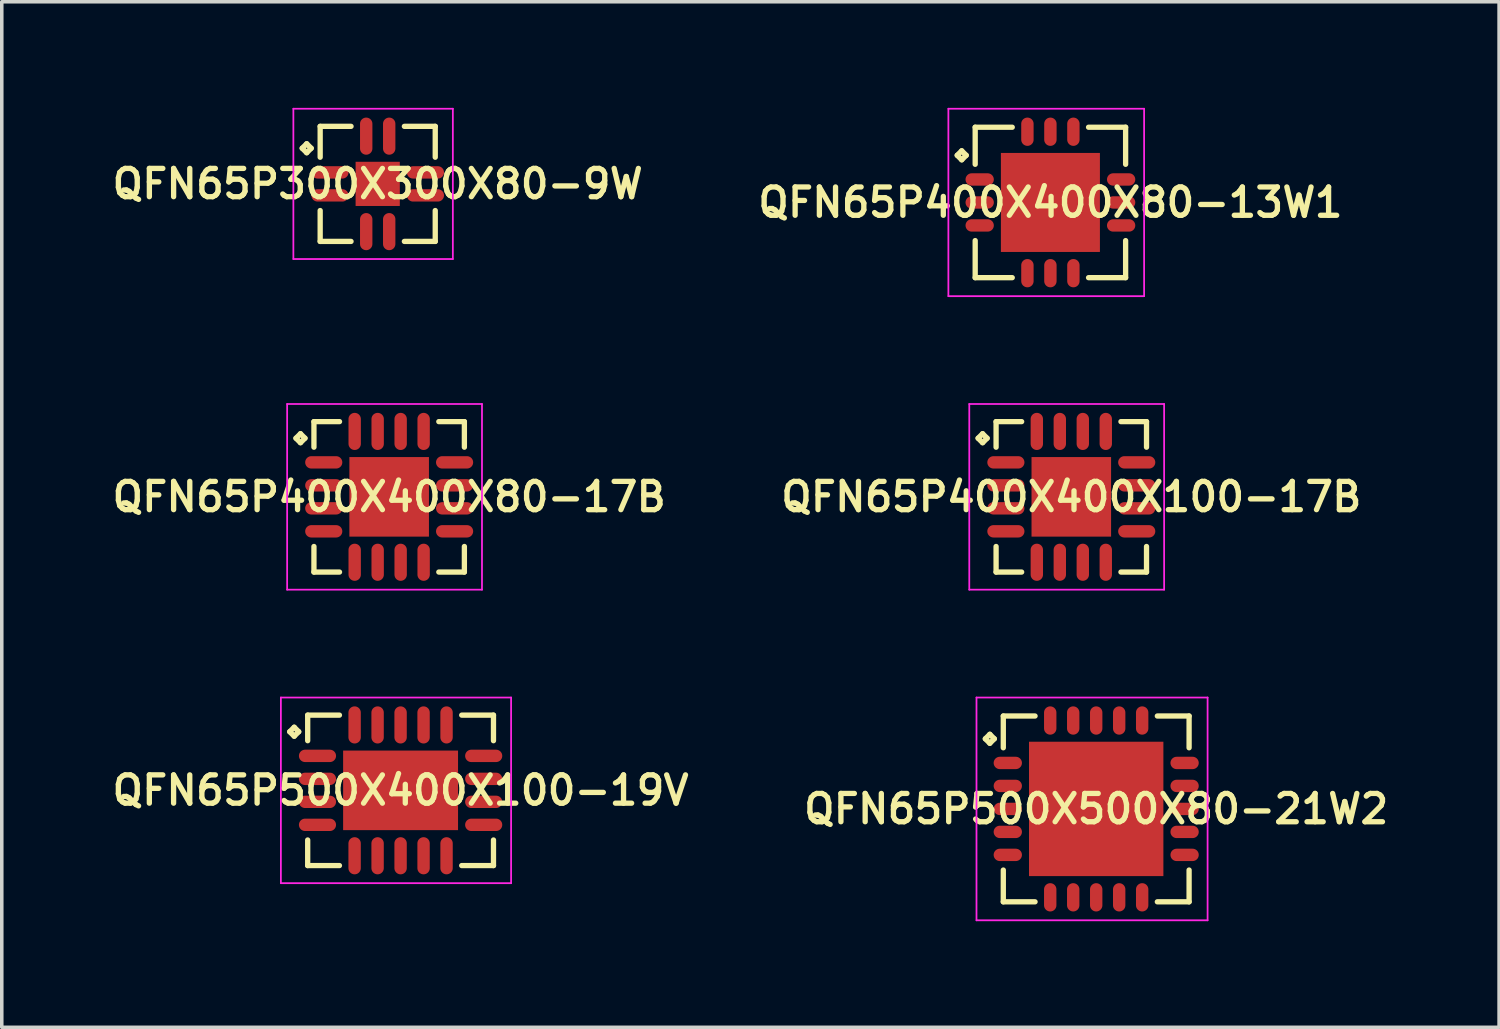
<source format=kicad_pcb>
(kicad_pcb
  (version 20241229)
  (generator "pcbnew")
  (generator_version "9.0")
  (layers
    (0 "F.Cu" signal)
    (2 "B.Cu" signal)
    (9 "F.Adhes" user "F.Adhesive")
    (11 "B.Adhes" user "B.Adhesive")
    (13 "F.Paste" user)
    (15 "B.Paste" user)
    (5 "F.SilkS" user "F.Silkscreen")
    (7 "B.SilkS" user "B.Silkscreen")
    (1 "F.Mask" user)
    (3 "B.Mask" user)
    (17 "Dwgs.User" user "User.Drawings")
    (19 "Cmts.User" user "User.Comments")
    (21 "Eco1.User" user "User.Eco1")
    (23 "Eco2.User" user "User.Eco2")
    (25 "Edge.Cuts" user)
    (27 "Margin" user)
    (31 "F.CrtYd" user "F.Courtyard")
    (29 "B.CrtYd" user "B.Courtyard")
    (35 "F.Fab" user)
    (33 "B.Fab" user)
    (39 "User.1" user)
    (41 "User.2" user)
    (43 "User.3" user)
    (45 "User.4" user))
  (footprint "QFN65P400X400X80-13W1"
    (layer "F.Cu")
    (at 26.654 2.675)
    (property "Reference" "QFN65P400X400X80-13W1" (at 0 0 0) (layer "F.SilkS") (effects (font (size 0.8 0.8) (thickness 0.15))))
    (attr smd)
    (fp_line (start -2.635 -1.333) (end -2.508 -1.46) (stroke (width 0.15) (type solid)) (layer "F.SilkS"))
    (fp_line (start -2.508 -1.46) (end -2.381 -1.333) (stroke (width 0.15) (type solid)) (layer "F.SilkS"))
    (fp_line (start -2.508 -1.206) (end -2.635 -1.333) (stroke (width 0.15) (type solid)) (layer "F.SilkS"))
    (fp_line (start -2.381 -1.333) (end -2.508 -1.206) (stroke (width 0.15) (type solid)) (layer "F.SilkS"))
    (fp_line (start -2.127 -2.127) (end -1.079 -2.127) (stroke (width 0.15) (type solid)) (layer "F.SilkS"))
    (fp_line (start -2.127 -1.079) (end -2.127 -2.127) (stroke (width 0.15) (type solid)) (layer "F.SilkS"))
    (fp_line (start -2.127 1.079) (end -2.127 2.127) (stroke (width 0.15) (type solid)) (layer "F.SilkS"))
    (fp_line (start -2.127 2.127) (end -1.079 2.127) (stroke (width 0.15) (type solid)) (layer "F.SilkS"))
    (fp_line (start 1.079 -2.127) (end 2.127 -2.127) (stroke (width 0.15) (type solid)) (layer "F.SilkS"))
    (fp_line (start 1.079 2.127) (end 2.127 2.127) (stroke (width 0.15) (type solid)) (layer "F.SilkS"))
    (fp_line (start 2.127 -2.127) (end 2.127 -1.079) (stroke (width 0.15) (type solid)) (layer "F.SilkS"))
    (fp_line (start 2.127 2.127) (end 2.127 1.079) (stroke (width 0.15) (type solid)) (layer "F.SilkS"))
    (fp_line (start -2.885 -2.65) (end 2.65 -2.65) (stroke (width 0.05) (type solid)) (layer "F.CrtYd"))
    (fp_line (start -2.885 2.65) (end -2.885 -2.65) (stroke (width 0.05) (type solid)) (layer "F.CrtYd"))
    (fp_line (start 2.65 -2.65) (end 2.65 2.65) (stroke (width 0.05) (type solid)) (layer "F.CrtYd"))
    (fp_line (start 2.65 2.65) (end -2.885 2.65) (stroke (width 0.05) (type solid)) (layer "F.CrtYd"))
    (pad "1" smd oval (at -2 -0.65) (size 0.8 0.35) (layers "F.Cu" "F.Mask" "F.Paste"))
    (pad "2" smd oval (at -2 0) (size 0.8 0.35) (layers "F.Cu" "F.Mask" "F.Paste"))
    (pad "3" smd oval (at -2 0.65) (size 0.8 0.35) (layers "F.Cu" "F.Mask" "F.Paste"))
    (pad "4" smd oval (at -0.65 2) (size 0.35 0.8) (layers "F.Cu" "F.Mask" "F.Paste"))
    (pad "5" smd oval (at 0 2) (size 0.35 0.8) (layers "F.Cu" "F.Mask" "F.Paste"))
    (pad "6" smd oval (at 0.65 2) (size 0.35 0.8) (layers "F.Cu" "F.Mask" "F.Paste"))
    (pad "7" smd oval (at 2 0.65) (size 0.8 0.35) (layers "F.Cu" "F.Mask" "F.Paste"))
    (pad "8" smd oval (at 2 0) (size 0.8 0.35) (layers "F.Cu" "F.Mask" "F.Paste"))
    (pad "9" smd oval (at 2 -0.65) (size 0.8 0.35) (layers "F.Cu" "F.Mask" "F.Paste"))
    (pad "10" smd oval (at 0.65 -2) (size 0.35 0.8) (layers "F.Cu" "F.Mask" "F.Paste"))
    (pad "11" smd oval (at 0 -2) (size 0.35 0.8) (layers "F.Cu" "F.Mask" "F.Paste"))
    (pad "12" smd oval (at -0.65 -2) (size 0.35 0.8) (layers "F.Cu" "F.Mask" "F.Paste"))
    (pad "13" smd rect (at 0 0) (size 2.8 2.8) (layers "F.Cu" "F.Mask" "F.Paste")))
  (footprint "QFN65P300X300X80-9W"
    (layer "F.Cu")
    (at 7.631 2.15)
    (property "Reference" "QFN65P300X300X80-9W" (at 0 0 0) (layer "F.SilkS") (effects (font (size 0.8 0.8) (thickness 0.15))))
    (attr smd)
    (fp_line (start -2.135 -1.008) (end -2.008 -1.135) (stroke (width 0.15) (type solid)) (layer "F.SilkS"))
    (fp_line (start -2.008 -1.135) (end -1.881 -1.008) (stroke (width 0.15) (type solid)) (layer "F.SilkS"))
    (fp_line (start -2.008 -0.881) (end -2.135 -1.008) (stroke (width 0.15) (type solid)) (layer "F.SilkS"))
    (fp_line (start -1.881 -1.008) (end -2.008 -0.881) (stroke (width 0.15) (type solid)) (layer "F.SilkS"))
    (fp_line (start -1.627 -1.627) (end -0.754 -1.627) (stroke (width 0.15) (type solid)) (layer "F.SilkS"))
    (fp_line (start -1.627 -0.754) (end -1.627 -1.627) (stroke (width 0.15) (type solid)) (layer "F.SilkS"))
    (fp_line (start -1.627 0.754) (end -1.627 1.627) (stroke (width 0.15) (type solid)) (layer "F.SilkS"))
    (fp_line (start -1.627 1.627) (end -0.754 1.627) (stroke (width 0.15) (type solid)) (layer "F.SilkS"))
    (fp_line (start 0.754 -1.627) (end 1.627 -1.627) (stroke (width 0.15) (type solid)) (layer "F.SilkS"))
    (fp_line (start 0.754 1.627) (end 1.627 1.627) (stroke (width 0.15) (type solid)) (layer "F.SilkS"))
    (fp_line (start 1.627 -1.627) (end 1.627 -0.754) (stroke (width 0.15) (type solid)) (layer "F.SilkS"))
    (fp_line (start 1.627 1.627) (end 1.627 0.754) (stroke (width 0.15) (type solid)) (layer "F.SilkS"))
    (fp_line (start -2.385 -2.125) (end 2.125 -2.125) (stroke (width 0.05) (type solid)) (layer "F.CrtYd"))
    (fp_line (start -2.385 2.125) (end -2.385 -2.125) (stroke (width 0.05) (type solid)) (layer "F.CrtYd"))
    (fp_line (start 2.125 -2.125) (end 2.125 2.125) (stroke (width 0.05) (type solid)) (layer "F.CrtYd"))
    (fp_line (start 2.125 2.125) (end -2.385 2.125) (stroke (width 0.05) (type solid)) (layer "F.CrtYd"))
    (pad "1" smd oval (at -1.35 -0.325) (size 1.05 0.35) (layers "F.Cu" "F.Mask" "F.Paste"))
    (pad "2" smd oval (at -1.35 0.325) (size 1.05 0.35) (layers "F.Cu" "F.Mask" "F.Paste"))
    (pad "3" smd oval (at -0.325 1.35) (size 0.35 1.05) (layers "F.Cu" "F.Mask" "F.Paste"))
    (pad "4" smd oval (at 0.325 1.35) (size 0.35 1.05) (layers "F.Cu" "F.Mask" "F.Paste"))
    (pad "5" smd oval (at 1.35 0.325) (size 1.05 0.35) (layers "F.Cu" "F.Mask" "F.Paste"))
    (pad "6" smd oval (at 1.35 -0.325) (size 1.05 0.35) (layers "F.Cu" "F.Mask" "F.Paste"))
    (pad "7" smd oval (at 0.325 -1.35) (size 0.35 1.05) (layers "F.Cu" "F.Mask" "F.Paste"))
    (pad "8" smd oval (at -0.325 -1.35) (size 0.35 1.05) (layers "F.Cu" "F.Mask" "F.Paste"))
    (pad "9" smd rect (at 0 0) (size 1.25 1.25) (layers "F.Cu" "F.Mask" "F.Paste")))
  (footprint "QFN65P500X500X80-21W2"
    (layer "F.Cu")
    (at 27.949 19.825)
    (property "Reference" "QFN65P500X500X80-21W2" (at 0 0 0) (layer "F.SilkS") (effects (font (size 0.8 0.8) (thickness 0.15))))
    (attr smd)
    (fp_line (start -3.135 -1.983) (end -3.008 -2.11) (stroke (width 0.15) (type solid)) (layer "F.SilkS"))
    (fp_line (start -3.008 -2.11) (end -2.881 -1.983) (stroke (width 0.15) (type solid)) (layer "F.SilkS"))
    (fp_line (start -3.008 -1.856) (end -3.135 -1.983) (stroke (width 0.15) (type solid)) (layer "F.SilkS"))
    (fp_line (start -2.881 -1.983) (end -3.008 -1.856) (stroke (width 0.15) (type solid)) (layer "F.SilkS"))
    (fp_line (start -2.627 -2.627) (end -1.729 -2.627) (stroke (width 0.15) (type solid)) (layer "F.SilkS"))
    (fp_line (start -2.627 -1.729) (end -2.627 -2.627) (stroke (width 0.15) (type solid)) (layer "F.SilkS"))
    (fp_line (start -2.627 1.729) (end -2.627 2.627) (stroke (width 0.15) (type solid)) (layer "F.SilkS"))
    (fp_line (start -2.627 2.627) (end -1.729 2.627) (stroke (width 0.15) (type solid)) (layer "F.SilkS"))
    (fp_line (start 1.729 -2.627) (end 2.627 -2.627) (stroke (width 0.15) (type solid)) (layer "F.SilkS"))
    (fp_line (start 1.729 2.627) (end 2.627 2.627) (stroke (width 0.15) (type solid)) (layer "F.SilkS"))
    (fp_line (start 2.627 -2.627) (end 2.627 -1.729) (stroke (width 0.15) (type solid)) (layer "F.SilkS"))
    (fp_line (start 2.627 2.627) (end 2.627 1.729) (stroke (width 0.15) (type solid)) (layer "F.SilkS"))
    (fp_line (start -3.385 -3.15) (end 3.15 -3.15) (stroke (width 0.05) (type solid)) (layer "F.CrtYd"))
    (fp_line (start -3.385 3.15) (end -3.385 -3.15) (stroke (width 0.05) (type solid)) (layer "F.CrtYd"))
    (fp_line (start 3.15 -3.15) (end 3.15 3.15) (stroke (width 0.05) (type solid)) (layer "F.CrtYd"))
    (fp_line (start 3.15 3.15) (end -3.385 3.15) (stroke (width 0.05) (type solid)) (layer "F.CrtYd"))
    (pad "1" smd oval (at -2.5 -1.3) (size 0.8 0.35) (layers "F.Cu" "F.Mask" "F.Paste"))
    (pad "2" smd oval (at -2.5 -0.65) (size 0.8 0.35) (layers "F.Cu" "F.Mask" "F.Paste"))
    (pad "3" smd oval (at -2.5 0) (size 0.8 0.35) (layers "F.Cu" "F.Mask" "F.Paste"))
    (pad "4" smd oval (at -2.5 0.65) (size 0.8 0.35) (layers "F.Cu" "F.Mask" "F.Paste"))
    (pad "5" smd oval (at -2.5 1.3) (size 0.8 0.35) (layers "F.Cu" "F.Mask" "F.Paste"))
    (pad "6" smd oval (at -1.3 2.5) (size 0.35 0.8) (layers "F.Cu" "F.Mask" "F.Paste"))
    (pad "7" smd oval (at -0.65 2.5) (size 0.35 0.8) (layers "F.Cu" "F.Mask" "F.Paste"))
    (pad "8" smd oval (at 0 2.5) (size 0.35 0.8) (layers "F.Cu" "F.Mask" "F.Paste"))
    (pad "9" smd oval (at 0.65 2.5) (size 0.35 0.8) (layers "F.Cu" "F.Mask" "F.Paste"))
    (pad "10" smd oval (at 1.3 2.5) (size 0.35 0.8) (layers "F.Cu" "F.Mask" "F.Paste"))
    (pad "11" smd oval (at 2.5 1.3) (size 0.8 0.35) (layers "F.Cu" "F.Mask" "F.Paste"))
    (pad "12" smd oval (at 2.5 0.65) (size 0.8 0.35) (layers "F.Cu" "F.Mask" "F.Paste"))
    (pad "13" smd oval (at 2.5 0) (size 0.8 0.35) (layers "F.Cu" "F.Mask" "F.Paste"))
    (pad "14" smd oval (at 2.5 -0.65) (size 0.8 0.35) (layers "F.Cu" "F.Mask" "F.Paste"))
    (pad "15" smd oval (at 2.5 -1.3) (size 0.8 0.35) (layers "F.Cu" "F.Mask" "F.Paste"))
    (pad "16" smd oval (at 1.3 -2.5) (size 0.35 0.8) (layers "F.Cu" "F.Mask" "F.Paste"))
    (pad "17" smd oval (at 0.65 -2.5) (size 0.35 0.8) (layers "F.Cu" "F.Mask" "F.Paste"))
    (pad "18" smd oval (at 0 -2.5) (size 0.35 0.8) (layers "F.Cu" "F.Mask" "F.Paste"))
    (pad "19" smd oval (at -0.65 -2.5) (size 0.35 0.8) (layers "F.Cu" "F.Mask" "F.Paste"))
    (pad "20" smd oval (at -1.3 -2.5) (size 0.35 0.8) (layers "F.Cu" "F.Mask" "F.Paste"))
    (pad "21" smd rect (at 0 0) (size 3.8 3.8) (layers "F.Cu" "F.Mask" "F.Paste")))
  (footprint "QFN65P500X400X100-19V"
    (layer "F.Cu")
    (at 8.278 19.3)
    (property "Reference" "QFN65P500X400X100-19V" (at 0 0 0) (layer "F.SilkS") (effects (font (size 0.8 0.8) (thickness 0.15))))
    (attr smd)
    (fp_line (start -3.135 -1.658) (end -3.008 -1.785) (stroke (width 0.15) (type solid)) (layer "F.SilkS"))
    (fp_line (start -3.008 -1.785) (end -2.881 -1.658) (stroke (width 0.15) (type solid)) (layer "F.SilkS"))
    (fp_line (start -3.008 -1.531) (end -3.135 -1.658) (stroke (width 0.15) (type solid)) (layer "F.SilkS"))
    (fp_line (start -2.881 -1.658) (end -3.008 -1.531) (stroke (width 0.15) (type solid)) (layer "F.SilkS"))
    (fp_line (start -2.627 -2.127) (end -1.729 -2.127) (stroke (width 0.15) (type solid)) (layer "F.SilkS"))
    (fp_line (start -2.627 -1.404) (end -2.627 -2.127) (stroke (width 0.15) (type solid)) (layer "F.SilkS"))
    (fp_line (start -2.627 1.404) (end -2.627 2.127) (stroke (width 0.15) (type solid)) (layer "F.SilkS"))
    (fp_line (start -2.627 2.127) (end -1.729 2.127) (stroke (width 0.15) (type solid)) (layer "F.SilkS"))
    (fp_line (start 1.729 -2.127) (end 2.627 -2.127) (stroke (width 0.15) (type solid)) (layer "F.SilkS"))
    (fp_line (start 1.729 2.127) (end 2.627 2.127) (stroke (width 0.15) (type solid)) (layer "F.SilkS"))
    (fp_line (start 2.627 -2.127) (end 2.627 -1.404) (stroke (width 0.15) (type solid)) (layer "F.SilkS"))
    (fp_line (start 2.627 2.127) (end 2.627 1.404) (stroke (width 0.15) (type solid)) (layer "F.SilkS"))
    (fp_line (start -3.385 -2.625) (end 3.125 -2.625) (stroke (width 0.05) (type solid)) (layer "F.CrtYd"))
    (fp_line (start -3.385 2.625) (end -3.385 -2.625) (stroke (width 0.05) (type solid)) (layer "F.CrtYd"))
    (fp_line (start 3.125 -2.625) (end 3.125 2.625) (stroke (width 0.05) (type solid)) (layer "F.CrtYd"))
    (fp_line (start 3.125 2.625) (end -3.385 2.625) (stroke (width 0.05) (type solid)) (layer "F.CrtYd"))
    (pad "1" smd oval (at -2.35 -0.975) (size 1.05 0.35) (layers "F.Cu" "F.Mask" "F.Paste"))
    (pad "2" smd oval (at -2.35 -0.325) (size 1.05 0.35) (layers "F.Cu" "F.Mask" "F.Paste"))
    (pad "3" smd oval (at -2.35 0.325) (size 1.05 0.35) (layers "F.Cu" "F.Mask" "F.Paste"))
    (pad "4" smd oval (at -2.35 0.975) (size 1.05 0.35) (layers "F.Cu" "F.Mask" "F.Paste"))
    (pad "5" smd oval (at -1.3 1.85) (size 0.35 1.05) (layers "F.Cu" "F.Mask" "F.Paste"))
    (pad "6" smd oval (at -0.65 1.85) (size 0.35 1.05) (layers "F.Cu" "F.Mask" "F.Paste"))
    (pad "7" smd oval (at 0 1.85) (size 0.35 1.05) (layers "F.Cu" "F.Mask" "F.Paste"))
    (pad "8" smd oval (at 0.65 1.85) (size 0.35 1.05) (layers "F.Cu" "F.Mask" "F.Paste"))
    (pad "9" smd oval (at 1.3 1.85) (size 0.35 1.05) (layers "F.Cu" "F.Mask" "F.Paste"))
    (pad "10" smd oval (at 2.35 0.975) (size 1.05 0.35) (layers "F.Cu" "F.Mask" "F.Paste"))
    (pad "11" smd oval (at 2.35 0.325) (size 1.05 0.35) (layers "F.Cu" "F.Mask" "F.Paste"))
    (pad "12" smd oval (at 2.35 -0.325) (size 1.05 0.35) (layers "F.Cu" "F.Mask" "F.Paste"))
    (pad "13" smd oval (at 2.35 -0.975) (size 1.05 0.35) (layers "F.Cu" "F.Mask" "F.Paste"))
    (pad "14" smd oval (at 1.3 -1.85) (size 0.35 1.05) (layers "F.Cu" "F.Mask" "F.Paste"))
    (pad "15" smd oval (at 0.65 -1.85) (size 0.35 1.05) (layers "F.Cu" "F.Mask" "F.Paste"))
    (pad "16" smd oval (at 0 -1.85) (size 0.35 1.05) (layers "F.Cu" "F.Mask" "F.Paste"))
    (pad "17" smd oval (at -0.65 -1.85) (size 0.35 1.05) (layers "F.Cu" "F.Mask" "F.Paste"))
    (pad "18" smd oval (at -1.3 -1.85) (size 0.35 1.05) (layers "F.Cu" "F.Mask" "F.Paste"))
    (pad "19" smd rect (at 0 0) (size 3.25 2.25) (layers "F.Cu" "F.Mask" "F.Paste")))
  (footprint "QFN65P400X400X80-17B"
    (layer "F.Cu")
    (at 7.955 11)
    (property "Reference" "QFN65P400X400X80-17B" (at 0 0 0) (layer "F.SilkS") (effects (font (size 0.8 0.8) (thickness 0.15))))
    (attr smd)
    (fp_line (start -2.635 -1.658) (end -2.508 -1.785) (stroke (width 0.15) (type solid)) (layer "F.SilkS"))
    (fp_line (start -2.508 -1.785) (end -2.381 -1.658) (stroke (width 0.15) (type solid)) (layer "F.SilkS"))
    (fp_line (start -2.508 -1.531) (end -2.635 -1.658) (stroke (width 0.15) (type solid)) (layer "F.SilkS"))
    (fp_line (start -2.381 -1.658) (end -2.508 -1.531) (stroke (width 0.15) (type solid)) (layer "F.SilkS"))
    (fp_line (start -2.127 -2.127) (end -1.404 -2.127) (stroke (width 0.15) (type solid)) (layer "F.SilkS"))
    (fp_line (start -2.127 -1.404) (end -2.127 -2.127) (stroke (width 0.15) (type solid)) (layer "F.SilkS"))
    (fp_line (start -2.127 1.404) (end -2.127 2.127) (stroke (width 0.15) (type solid)) (layer "F.SilkS"))
    (fp_line (start -2.127 2.127) (end -1.404 2.127) (stroke (width 0.15) (type solid)) (layer "F.SilkS"))
    (fp_line (start 1.404 -2.127) (end 2.127 -2.127) (stroke (width 0.15) (type solid)) (layer "F.SilkS"))
    (fp_line (start 1.404 2.127) (end 2.127 2.127) (stroke (width 0.15) (type solid)) (layer "F.SilkS"))
    (fp_line (start 2.127 -2.127) (end 2.127 -1.404) (stroke (width 0.15) (type solid)) (layer "F.SilkS"))
    (fp_line (start 2.127 2.127) (end 2.127 1.404) (stroke (width 0.15) (type solid)) (layer "F.SilkS"))
    (fp_line (start -2.885 -2.625) (end 2.625 -2.625) (stroke (width 0.05) (type solid)) (layer "F.CrtYd"))
    (fp_line (start -2.885 2.625) (end -2.885 -2.625) (stroke (width 0.05) (type solid)) (layer "F.CrtYd"))
    (fp_line (start 2.625 -2.625) (end 2.625 2.625) (stroke (width 0.05) (type solid)) (layer "F.CrtYd"))
    (fp_line (start 2.625 2.625) (end -2.885 2.625) (stroke (width 0.05) (type solid)) (layer "F.CrtYd"))
    (pad "1" smd oval (at -1.85 -0.975) (size 1.05 0.35) (layers "F.Cu" "F.Mask" "F.Paste"))
    (pad "2" smd oval (at -1.85 -0.325) (size 1.05 0.35) (layers "F.Cu" "F.Mask" "F.Paste"))
    (pad "3" smd oval (at -1.85 0.325) (size 1.05 0.35) (layers "F.Cu" "F.Mask" "F.Paste"))
    (pad "4" smd oval (at -1.85 0.975) (size 1.05 0.35) (layers "F.Cu" "F.Mask" "F.Paste"))
    (pad "5" smd oval (at -0.975 1.85) (size 0.35 1.05) (layers "F.Cu" "F.Mask" "F.Paste"))
    (pad "6" smd oval (at -0.325 1.85) (size 0.35 1.05) (layers "F.Cu" "F.Mask" "F.Paste"))
    (pad "7" smd oval (at 0.325 1.85) (size 0.35 1.05) (layers "F.Cu" "F.Mask" "F.Paste"))
    (pad "8" smd oval (at 0.975 1.85) (size 0.35 1.05) (layers "F.Cu" "F.Mask" "F.Paste"))
    (pad "9" smd oval (at 1.85 0.975) (size 1.05 0.35) (layers "F.Cu" "F.Mask" "F.Paste"))
    (pad "10" smd oval (at 1.85 0.325) (size 1.05 0.35) (layers "F.Cu" "F.Mask" "F.Paste"))
    (pad "11" smd oval (at 1.85 -0.325) (size 1.05 0.35) (layers "F.Cu" "F.Mask" "F.Paste"))
    (pad "12" smd oval (at 1.85 -0.975) (size 1.05 0.35) (layers "F.Cu" "F.Mask" "F.Paste"))
    (pad "13" smd oval (at 0.975 -1.85) (size 0.35 1.05) (layers "F.Cu" "F.Mask" "F.Paste"))
    (pad "14" smd oval (at 0.325 -1.85) (size 0.35 1.05) (layers "F.Cu" "F.Mask" "F.Paste"))
    (pad "15" smd oval (at -0.325 -1.85) (size 0.35 1.05) (layers "F.Cu" "F.Mask" "F.Paste"))
    (pad "16" smd oval (at -0.975 -1.85) (size 0.35 1.05) (layers "F.Cu" "F.Mask" "F.Paste"))
    (pad "17" smd rect (at 0 0) (size 2.25 2.25) (layers "F.Cu" "F.Mask" "F.Paste")))
  (footprint "QFN65P400X400X100-17B"
    (layer "F.Cu")
    (at 27.245 11)
    (property "Reference" "QFN65P400X400X100-17B" (at 0 0 0) (layer "F.SilkS") (effects (font (size 0.8 0.8) (thickness 0.15))))
    (attr smd)
    (fp_line (start -2.635 -1.658) (end -2.508 -1.785) (stroke (width 0.15) (type solid)) (layer "F.SilkS"))
    (fp_line (start -2.508 -1.785) (end -2.381 -1.658) (stroke (width 0.15) (type solid)) (layer "F.SilkS"))
    (fp_line (start -2.508 -1.531) (end -2.635 -1.658) (stroke (width 0.15) (type solid)) (layer "F.SilkS"))
    (fp_line (start -2.381 -1.658) (end -2.508 -1.531) (stroke (width 0.15) (type solid)) (layer "F.SilkS"))
    (fp_line (start -2.127 -2.127) (end -1.404 -2.127) (stroke (width 0.15) (type solid)) (layer "F.SilkS"))
    (fp_line (start -2.127 -1.404) (end -2.127 -2.127) (stroke (width 0.15) (type solid)) (layer "F.SilkS"))
    (fp_line (start -2.127 1.404) (end -2.127 2.127) (stroke (width 0.15) (type solid)) (layer "F.SilkS"))
    (fp_line (start -2.127 2.127) (end -1.404 2.127) (stroke (width 0.15) (type solid)) (layer "F.SilkS"))
    (fp_line (start 1.404 -2.127) (end 2.127 -2.127) (stroke (width 0.15) (type solid)) (layer "F.SilkS"))
    (fp_line (start 1.404 2.127) (end 2.127 2.127) (stroke (width 0.15) (type solid)) (layer "F.SilkS"))
    (fp_line (start 2.127 -2.127) (end 2.127 -1.404) (stroke (width 0.15) (type solid)) (layer "F.SilkS"))
    (fp_line (start 2.127 2.127) (end 2.127 1.404) (stroke (width 0.15) (type solid)) (layer "F.SilkS"))
    (fp_line (start -2.885 -2.625) (end 2.625 -2.625) (stroke (width 0.05) (type solid)) (layer "F.CrtYd"))
    (fp_line (start -2.885 2.625) (end -2.885 -2.625) (stroke (width 0.05) (type solid)) (layer "F.CrtYd"))
    (fp_line (start 2.625 -2.625) (end 2.625 2.625) (stroke (width 0.05) (type solid)) (layer "F.CrtYd"))
    (fp_line (start 2.625 2.625) (end -2.885 2.625) (stroke (width 0.05) (type solid)) (layer "F.CrtYd"))
    (pad "1" smd oval (at -1.85 -0.975) (size 1.05 0.35) (layers "F.Cu" "F.Mask" "F.Paste"))
    (pad "2" smd oval (at -1.85 -0.325) (size 1.05 0.35) (layers "F.Cu" "F.Mask" "F.Paste"))
    (pad "3" smd oval (at -1.85 0.325) (size 1.05 0.35) (layers "F.Cu" "F.Mask" "F.Paste"))
    (pad "4" smd oval (at -1.85 0.975) (size 1.05 0.35) (layers "F.Cu" "F.Mask" "F.Paste"))
    (pad "5" smd oval (at -0.975 1.85) (size 0.35 1.05) (layers "F.Cu" "F.Mask" "F.Paste"))
    (pad "6" smd oval (at -0.325 1.85) (size 0.35 1.05) (layers "F.Cu" "F.Mask" "F.Paste"))
    (pad "7" smd oval (at 0.325 1.85) (size 0.35 1.05) (layers "F.Cu" "F.Mask" "F.Paste"))
    (pad "8" smd oval (at 0.975 1.85) (size 0.35 1.05) (layers "F.Cu" "F.Mask" "F.Paste"))
    (pad "9" smd oval (at 1.85 0.975) (size 1.05 0.35) (layers "F.Cu" "F.Mask" "F.Paste"))
    (pad "10" smd oval (at 1.85 0.325) (size 1.05 0.35) (layers "F.Cu" "F.Mask" "F.Paste"))
    (pad "11" smd oval (at 1.85 -0.325) (size 1.05 0.35) (layers "F.Cu" "F.Mask" "F.Paste"))
    (pad "12" smd oval (at 1.85 -0.975) (size 1.05 0.35) (layers "F.Cu" "F.Mask" "F.Paste"))
    (pad "13" smd oval (at 0.975 -1.85) (size 0.35 1.05) (layers "F.Cu" "F.Mask" "F.Paste"))
    (pad "14" smd oval (at 0.325 -1.85) (size 0.35 1.05) (layers "F.Cu" "F.Mask" "F.Paste"))
    (pad "15" smd oval (at -0.325 -1.85) (size 0.35 1.05) (layers "F.Cu" "F.Mask" "F.Paste"))
    (pad "16" smd oval (at -0.975 -1.85) (size 0.35 1.05) (layers "F.Cu" "F.Mask" "F.Paste"))
    (pad "17" smd rect (at 0 0) (size 2.25 2.25) (layers "F.Cu" "F.Mask" "F.Paste")))
  (gr_rect
    (start -3 -3)
    (end 39.342 26)
    (stroke (width 0.1) (type default))
    (fill no)
    (layer "Edge.Cuts")))
</source>
